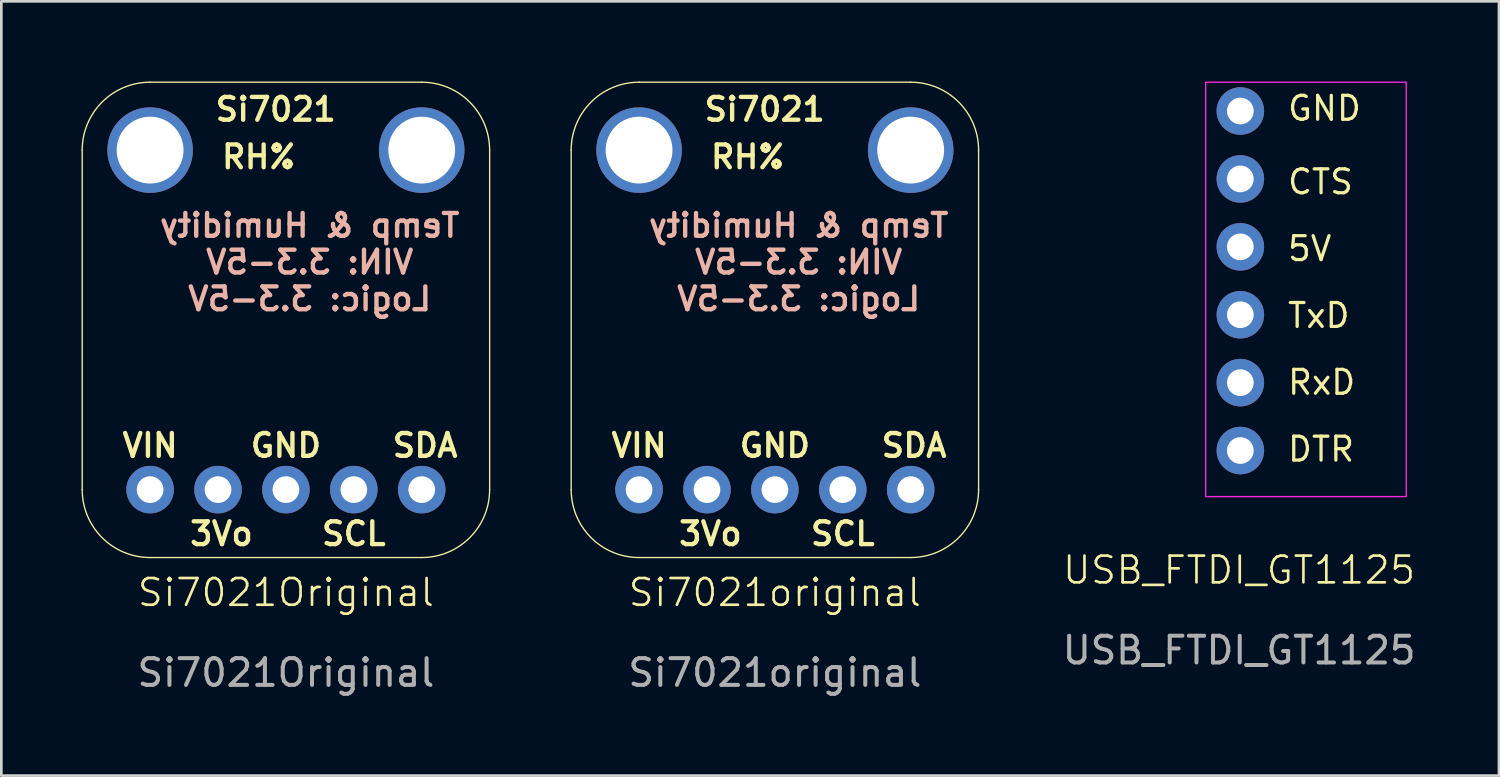
<source format=kicad_pcb>
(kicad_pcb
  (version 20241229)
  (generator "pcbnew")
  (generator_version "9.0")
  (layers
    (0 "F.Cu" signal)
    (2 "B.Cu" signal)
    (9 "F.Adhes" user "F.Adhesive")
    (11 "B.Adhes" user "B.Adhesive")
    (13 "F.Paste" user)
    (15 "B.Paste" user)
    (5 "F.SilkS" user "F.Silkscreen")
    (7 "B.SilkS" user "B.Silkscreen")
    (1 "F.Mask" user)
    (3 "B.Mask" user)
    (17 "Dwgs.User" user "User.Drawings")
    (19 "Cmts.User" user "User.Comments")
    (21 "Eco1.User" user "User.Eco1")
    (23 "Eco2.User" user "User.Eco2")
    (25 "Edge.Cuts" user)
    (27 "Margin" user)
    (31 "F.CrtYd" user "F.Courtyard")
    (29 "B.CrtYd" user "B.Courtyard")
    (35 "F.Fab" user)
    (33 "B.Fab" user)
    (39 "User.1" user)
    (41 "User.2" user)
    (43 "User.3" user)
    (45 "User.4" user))
  (footprint "Si7021original"
    (layer "F.Cu")
    (at 25.935 19.614)
    (property "Reference" "Si7021original" (at 0 -0.5 0) (unlocked yes) (layer "F.SilkS") (effects (font (size 1 1) (thickness 0.1))))
    (attr through_hole)
    (fp_line (start -7.62 -4.349) (end -7.62 -17.049) (stroke (width 0.05) (type solid)) (layer "F.SilkS"))
    (fp_line (start -5.08 -19.589) (end 5.08 -19.589) (stroke (width 0.05) (type solid)) (layer "F.SilkS"))
    (fp_line (start 5.08 -1.809) (end -5.08 -1.809) (stroke (width 0.05) (type solid)) (layer "F.SilkS"))
    (fp_line (start 7.62 -17.049) (end 7.62 -4.349) (stroke (width 0.05) (type solid)) (layer "F.SilkS"))
    (fp_arc (start -7.62 -17.049) (mid -6.876051 -18.845051) (end -5.08 -19.589) (stroke (width 0.05) (type solid)) (layer "F.SilkS"))
    (fp_arc (start -5.08 -1.809) (mid -6.87605 -2.552949) (end -7.62 -4.349) (stroke (width 0.05) (type solid)) (layer "F.SilkS"))
    (fp_arc (start 5.08 -19.589) (mid 6.876051 -18.845051) (end 7.62 -17.049) (stroke (width 0.05) (type solid)) (layer "F.SilkS"))
    (fp_arc (start 7.62 -4.349) (mid 6.876051 -2.552949) (end 5.08 -1.809) (stroke (width 0.05) (type solid)) (layer "F.SilkS"))
    (fp_text user "Si7021" (at -0.381 -18.573 0) (unlocked yes) (layer "F.SilkS") (effects (font (size 0.853 0.853) (thickness 0.163))))
    (fp_text user "GND" (at 0 -6 0) (unlocked yes) (layer "F.SilkS") (effects (font (size 0.853 0.853) (thickness 0.163))))
    (fp_text user "SDA" (at 5.207 -6 0) (unlocked yes) (layer "F.SilkS") (effects (font (size 0.853 0.853) (thickness 0.163))))
    (fp_text user "VIN" (at -5.08 -6 0) (unlocked yes) (layer "F.SilkS") (effects (font (size 0.853 0.853) (thickness 0.163))))
    (fp_text user "SCL" (at 2.54 -2.698 0) (unlocked yes) (layer "F.SilkS") (effects (font (size 0.853 0.853) (thickness 0.163))))
    (fp_text user "RH%" (at -1.016 -16.795 0) (unlocked yes) (layer "F.SilkS") (effects (font (size 0.853 0.853) (thickness 0.163))))
    (fp_text user "3Vo" (at -2.413 -2.698 0) (unlocked yes) (layer "F.SilkS") (effects (font (size 0.853 0.853) (thickness 0.163))))
    (fp_text user "Temp & Humidity\nVIN: 3.3-5V\nLogic: 3.3-5V" (at 0.889 -12.858 0) (unlocked yes) (layer "B.SilkS") (effects (font (size 0.853 0.853) (thickness 0.163)) (justify mirror)))
    (fp_text user "${REFERENCE}" (at 0 2.5 0) (unlocked yes) (layer "F.Fab") (effects (font (size 1 1) (thickness 0.15))))
    (pad "1" thru_hole circle (at 5.08 -4.349 270) (size 1.778 1.778) (drill 1) (layers "*.Cu" "*.Mask"))
    (pad "2" thru_hole circle (at 2.54 -4.349 270) (size 1.778 1.778) (drill 1) (layers "*.Cu" "*.Mask"))
    (pad "3" thru_hole circle (at 0 -4.349 270) (size 1.778 1.778) (drill 1) (layers "*.Cu" "*.Mask"))
    (pad "4" thru_hole circle (at -2.54 -4.349 270) (size 1.778 1.778) (drill 1) (layers "*.Cu" "*.Mask"))
    (pad "5" thru_hole circle (at -5.08 -4.349 270) (size 1.778 1.778) (drill 1) (layers "*.Cu" "*.Mask"))
    (pad "P$1" thru_hole circle (at -5.08 -17.049) (size 3.2 3.2) (drill 2.5) (layers "*.Cu" "*.Mask"))
    (pad "P$1" thru_hole circle (at 5.08 -17.049) (size 3.2 3.2) (drill 2.5) (layers "*.Cu" "*.Mask"))
    (zone (net_name "") (layer "F.Cu") (hatch edge 0.5) (connect_pads) (min_thickness 0.25) (filled_areas_thickness no) (keepout (tracks not_allowed) (vias not_allowed) (pads not_allowed) (copperpour not_allowed) (footprints allowed)) (placement (enabled no)) (fill) (polygon (pts (xy 22.871 2.565) (xy 22.851 2.284) (xy 22.793 2.009) (xy 22.697 1.745) (xy 22.565 1.497) (xy 22.399 1.269) (xy 22.204 1.067) (xy 21.982 0.894) (xy 21.739 0.753) (xy 21.478 0.648) (xy 21.205 0.58) (xy 20.925 0.55) (xy 20.644 0.56) (xy 20.367 0.609) (xy 20.1 0.696) (xy 19.847 0.819) (xy 19.614 0.976) (xy 19.405 1.165) (xy 19.224 1.38) (xy 19.075 1.619) (xy 18.961 1.875) (xy 18.883 2.146) (xy 18.844 2.424) (xy 18.844 2.706) (xy 18.883 2.984) (xy 18.961 3.255) (xy 19.075 3.511) (xy 19.224 3.75) (xy 19.405 3.965) (xy 19.614 4.154) (xy 19.847 4.311) (xy 20.1 4.434) (xy 20.367 4.521) (xy 20.644 4.57) (xy 20.925 4.58) (xy 21.205 4.55) (xy 21.478 4.482) (xy 21.739 4.377) (xy 21.982 4.236) (xy 22.204 4.063) (xy 22.399 3.861) (xy 22.565 3.633) (xy 22.697 3.385) (xy 22.793 3.121) (xy 22.851 2.846))) (polygon (pts (xy 20.839 2.565) (xy 20.844 2.576) (xy 20.855 2.581) (xy 20.866 2.576) (xy 20.871 2.565) (xy 20.866 2.554) (xy 20.855 2.549) (xy 20.844 2.554))))
    (zone (net_name "") (layer "F.Cu") (hatch edge 0.5) (connect_pads) (min_thickness 0.25) (filled_areas_thickness no) (keepout (tracks not_allowed) (vias not_allowed) (pads not_allowed) (copperpour not_allowed) (footprints allowed)) (placement (enabled no)) (fill) (polygon (pts (xy 33.031 2.565) (xy 33.011 2.284) (xy 32.953 2.009) (xy 32.857 1.745) (xy 32.725 1.497) (xy 32.559 1.269) (xy 32.364 1.067) (xy 32.142 0.894) (xy 31.899 0.753) (xy 31.638 0.648) (xy 31.365 0.58) (xy 31.085 0.55) (xy 30.804 0.56) (xy 30.527 0.609) (xy 30.26 0.696) (xy 30.007 0.819) (xy 29.774 0.976) (xy 29.565 1.165) (xy 29.384 1.38) (xy 29.235 1.619) (xy 29.121 1.875) (xy 29.043 2.146) (xy 29.004 2.424) (xy 29.004 2.706) (xy 29.043 2.984) (xy 29.121 3.255) (xy 29.235 3.511) (xy 29.384 3.75) (xy 29.565 3.965) (xy 29.774 4.154) (xy 30.007 4.311) (xy 30.26 4.434) (xy 30.527 4.521) (xy 30.804 4.57) (xy 31.085 4.58) (xy 31.365 4.55) (xy 31.638 4.482) (xy 31.899 4.377) (xy 32.142 4.236) (xy 32.364 4.063) (xy 32.559 3.861) (xy 32.725 3.633) (xy 32.857 3.385) (xy 32.953 3.121) (xy 33.011 2.846))) (polygon (pts (xy 30.999 2.565) (xy 31.004 2.576) (xy 31.015 2.581) (xy 31.026 2.576) (xy 31.031 2.565) (xy 31.026 2.554) (xy 31.015 2.549) (xy 31.004 2.554))))
    (zone (net_name "") (layer "B.Cu") (hatch edge 0.5) (connect_pads) (min_thickness 0.25) (filled_areas_thickness no) (keepout (tracks not_allowed) (vias not_allowed) (pads not_allowed) (copperpour not_allowed) (footprints allowed)) (placement (enabled no)) (fill) (polygon (pts (xy 22.871 2.565) (xy 22.851 2.284) (xy 22.793 2.009) (xy 22.697 1.745) (xy 22.565 1.497) (xy 22.399 1.269) (xy 22.204 1.067) (xy 21.982 0.894) (xy 21.739 0.753) (xy 21.478 0.648) (xy 21.205 0.58) (xy 20.925 0.55) (xy 20.644 0.56) (xy 20.367 0.609) (xy 20.1 0.696) (xy 19.847 0.819) (xy 19.614 0.976) (xy 19.405 1.165) (xy 19.224 1.38) (xy 19.075 1.619) (xy 18.961 1.875) (xy 18.883 2.146) (xy 18.844 2.424) (xy 18.844 2.706) (xy 18.883 2.984) (xy 18.961 3.255) (xy 19.075 3.511) (xy 19.224 3.75) (xy 19.405 3.965) (xy 19.614 4.154) (xy 19.847 4.311) (xy 20.1 4.434) (xy 20.367 4.521) (xy 20.644 4.57) (xy 20.925 4.58) (xy 21.205 4.55) (xy 21.478 4.482) (xy 21.739 4.377) (xy 21.982 4.236) (xy 22.204 4.063) (xy 22.399 3.861) (xy 22.565 3.633) (xy 22.697 3.385) (xy 22.793 3.121) (xy 22.851 2.846))) (polygon (pts (xy 20.839 2.565) (xy 20.844 2.576) (xy 20.855 2.581) (xy 20.866 2.576) (xy 20.871 2.565) (xy 20.866 2.554) (xy 20.855 2.549) (xy 20.844 2.554))))
    (zone (net_name "") (layer "B.Cu") (hatch edge 0.5) (connect_pads) (min_thickness 0.25) (filled_areas_thickness no) (keepout (tracks not_allowed) (vias not_allowed) (pads not_allowed) (copperpour not_allowed) (footprints allowed)) (placement (enabled no)) (fill) (polygon (pts (xy 33.031 2.565) (xy 33.011 2.284) (xy 32.953 2.009) (xy 32.857 1.745) (xy 32.725 1.497) (xy 32.559 1.269) (xy 32.364 1.067) (xy 32.142 0.894) (xy 31.899 0.753) (xy 31.638 0.648) (xy 31.365 0.58) (xy 31.085 0.55) (xy 30.804 0.56) (xy 30.527 0.609) (xy 30.26 0.696) (xy 30.007 0.819) (xy 29.774 0.976) (xy 29.565 1.165) (xy 29.384 1.38) (xy 29.235 1.619) (xy 29.121 1.875) (xy 29.043 2.146) (xy 29.004 2.424) (xy 29.004 2.706) (xy 29.043 2.984) (xy 29.121 3.255) (xy 29.235 3.511) (xy 29.384 3.75) (xy 29.565 3.965) (xy 29.774 4.154) (xy 30.007 4.311) (xy 30.26 4.434) (xy 30.527 4.521) (xy 30.804 4.57) (xy 31.085 4.58) (xy 31.365 4.55) (xy 31.638 4.482) (xy 31.899 4.377) (xy 32.142 4.236) (xy 32.364 4.063) (xy 32.559 3.861) (xy 32.725 3.633) (xy 32.857 3.385) (xy 32.953 3.121) (xy 33.011 2.846))) (polygon (pts (xy 30.999 2.565) (xy 31.004 2.576) (xy 31.015 2.581) (xy 31.026 2.576) (xy 31.031 2.565) (xy 31.026 2.554) (xy 31.015 2.549) (xy 31.004 2.554)))))
  (footprint "USB_FTDI_GT1125"
    (layer "F.Cu")
    (at 43.3 18.775)
    (property "Reference" "USB_FTDI_GT1125" (at 0 -0.5 0) (unlocked yes) (layer "F.SilkS") (effects (font (size 1 1) (thickness 0.1))))
    (attr through_hole)
    (fp_rect (start -1.25 -18.75) (end 6.25 -3.25) (stroke (width 0.05) (type default)) (fill no) (layer "F.CrtYd"))
    (fp_text user "CTS" (at 1.75 -14.5 0) (unlocked yes) (layer "F.SilkS") (effects (font (size 0.894 0.894) (thickness 0.122)) (justify left bottom)))
    (fp_text user "TxD" (at 1.75 -9.5 0) (unlocked yes) (layer "F.SilkS") (effects (font (size 0.894 0.894) (thickness 0.122)) (justify left bottom)))
    (fp_text user "GND" (at 1.75 -17.25 0) (unlocked yes) (layer "F.SilkS") (effects (font (size 0.894 0.894) (thickness 0.122)) (justify left bottom)))
    (fp_text user "5V" (at 1.75 -12 0) (unlocked yes) (layer "F.SilkS") (effects (font (size 0.894 0.894) (thickness 0.122)) (justify left bottom)))
    (fp_text user "DTR" (at 1.75 -4.5 0) (unlocked yes) (layer "F.SilkS") (effects (font (size 0.894 0.894) (thickness 0.122)) (justify left bottom)))
    (fp_text user "RxD" (at 1.75 -7 0) (unlocked yes) (layer "F.SilkS") (effects (font (size 0.894 0.894) (thickness 0.122)) (justify left bottom)))
    (fp_text user "${REFERENCE}" (at 0 2.5 0) (unlocked yes) (layer "F.Fab") (effects (font (size 1 1) (thickness 0.15))))
    (pad "1" thru_hole circle (at 0.046 -17.672) (size 1.778 1.778) (drill 1) (layers "*.Cu" "*.Mask"))
    (pad "2" thru_hole circle (at 0.046 -15.132) (size 1.778 1.778) (drill 1) (layers "*.Cu" "*.Mask"))
    (pad "3" thru_hole circle (at 0.046 -12.592) (size 1.778 1.778) (drill 1) (layers "*.Cu" "*.Mask"))
    (pad "4" thru_hole circle (at 0.046 -10.052) (size 1.778 1.778) (drill 1) (layers "*.Cu" "*.Mask"))
    (pad "5" thru_hole circle (at 0.046 -7.512) (size 1.778 1.778) (drill 1) (layers "*.Cu" "*.Mask"))
    (pad "6" thru_hole circle (at 0.046 -4.972) (size 1.778 1.778) (drill 1) (layers "*.Cu" "*.Mask")))
  (footprint "Si7021Original"
    (layer "F.Cu")
    (at 7.645 19.614)
    (property "Reference" "Si7021Original" (at 0 -0.5 0) (unlocked yes) (layer "F.SilkS") (effects (font (size 1 1) (thickness 0.1))))
    (attr through_hole)
    (fp_line (start -7.62 -4.349) (end -7.62 -17.049) (stroke (width 0.05) (type solid)) (layer "F.SilkS"))
    (fp_line (start -5.08 -19.589) (end 5.08 -19.589) (stroke (width 0.05) (type solid)) (layer "F.SilkS"))
    (fp_line (start 5.08 -1.809) (end -5.08 -1.809) (stroke (width 0.05) (type solid)) (layer "F.SilkS"))
    (fp_line (start 7.62 -17.049) (end 7.62 -4.349) (stroke (width 0.05) (type solid)) (layer "F.SilkS"))
    (fp_arc (start -7.62 -17.049) (mid -6.876051 -18.845051) (end -5.08 -19.589) (stroke (width 0.05) (type solid)) (layer "F.SilkS"))
    (fp_arc (start -5.08 -1.809) (mid -6.87605 -2.552949) (end -7.62 -4.349) (stroke (width 0.05) (type solid)) (layer "F.SilkS"))
    (fp_arc (start 5.08 -19.589) (mid 6.876051 -18.845051) (end 7.62 -17.049) (stroke (width 0.05) (type solid)) (layer "F.SilkS"))
    (fp_arc (start 7.62 -4.349) (mid 6.876051 -2.552949) (end 5.08 -1.809) (stroke (width 0.05) (type solid)) (layer "F.SilkS"))
    (fp_text user "SDA" (at 5.207 -6 0) (unlocked yes) (layer "F.SilkS") (effects (font (size 0.853 0.853) (thickness 0.163))))
    (fp_text user "SCL" (at 2.54 -2.698 0) (unlocked yes) (layer "F.SilkS") (effects (font (size 0.853 0.853) (thickness 0.163))))
    (fp_text user "RH%" (at -1.016 -16.795 0) (unlocked yes) (layer "F.SilkS") (effects (font (size 0.853 0.853) (thickness 0.163))))
    (fp_text user "Si7021" (at -0.381 -18.573 0) (unlocked yes) (layer "F.SilkS") (effects (font (size 0.853 0.853) (thickness 0.163))))
    (fp_text user "3Vo" (at -2.413 -2.698 0) (unlocked yes) (layer "F.SilkS") (effects (font (size 0.853 0.853) (thickness 0.163))))
    (fp_text user "VIN" (at -5.08 -6 0) (unlocked yes) (layer "F.SilkS") (effects (font (size 0.853 0.853) (thickness 0.163))))
    (fp_text user "GND" (at 0 -6 0) (unlocked yes) (layer "F.SilkS") (effects (font (size 0.853 0.853) (thickness 0.163))))
    (fp_text user "Temp & Humidity\nVIN: 3.3-5V\nLogic: 3.3-5V" (at 0.889 -12.858 0) (unlocked yes) (layer "B.SilkS") (effects (font (size 0.853 0.853) (thickness 0.163)) (justify mirror)))
    (fp_text user "${REFERENCE}" (at 0 2.5 0) (unlocked yes) (layer "F.Fab") (effects (font (size 1 1) (thickness 0.15))))
    (pad "1" thru_hole circle (at 5.08 -4.349 270) (size 1.778 1.778) (drill 1) (layers "*.Cu" "*.Mask"))
    (pad "2" thru_hole circle (at 2.54 -4.349 270) (size 1.778 1.778) (drill 1) (layers "*.Cu" "*.Mask"))
    (pad "3" thru_hole circle (at 0 -4.349 270) (size 1.778 1.778) (drill 1) (layers "*.Cu" "*.Mask"))
    (pad "4" thru_hole circle (at -2.54 -4.349 270) (size 1.778 1.778) (drill 1) (layers "*.Cu" "*.Mask"))
    (pad "5" thru_hole circle (at -5.08 -4.349 270) (size 1.778 1.778) (drill 1) (layers "*.Cu" "*.Mask"))
    (pad "P$1" thru_hole circle (at -5.08 -17.049) (size 3.2 3.2) (drill 2.5) (layers "*.Cu" "*.Mask"))
    (pad "P$1" thru_hole circle (at 5.08 -17.049) (size 3.2 3.2) (drill 2.5) (layers "*.Cu" "*.Mask"))
    (zone (net_name "") (layer "F.Cu") (hatch edge 0.5) (connect_pads) (min_thickness 0.25) (filled_areas_thickness no) (keepout (tracks not_allowed) (vias not_allowed) (pads not_allowed) (copperpour not_allowed) (footprints allowed)) (placement (enabled no)) (fill) (polygon (pts (xy 4.581 2.565) (xy 4.561 2.284) (xy 4.503 2.009) (xy 4.407 1.745) (xy 4.275 1.497) (xy 4.109 1.269) (xy 3.914 1.067) (xy 3.692 0.894) (xy 3.449 0.753) (xy 3.188 0.648) (xy 2.915 0.58) (xy 2.635 0.55) (xy 2.354 0.56) (xy 2.077 0.609) (xy 1.81 0.696) (xy 1.557 0.819) (xy 1.324 0.976) (xy 1.115 1.165) (xy 0.934 1.38) (xy 0.785 1.619) (xy 0.671 1.875) (xy 0.593 2.146) (xy 0.554 2.424) (xy 0.554 2.706) (xy 0.593 2.984) (xy 0.671 3.255) (xy 0.785 3.511) (xy 0.934 3.75) (xy 1.115 3.965) (xy 1.324 4.154) (xy 1.557 4.311) (xy 1.81 4.434) (xy 2.077 4.521) (xy 2.354 4.57) (xy 2.635 4.58) (xy 2.915 4.55) (xy 3.188 4.482) (xy 3.449 4.377) (xy 3.692 4.236) (xy 3.914 4.063) (xy 4.109 3.861) (xy 4.275 3.633) (xy 4.407 3.385) (xy 4.503 3.121) (xy 4.561 2.846))) (polygon (pts (xy 2.549 2.565) (xy 2.554 2.576) (xy 2.565 2.581) (xy 2.576 2.576) (xy 2.581 2.565) (xy 2.576 2.554) (xy 2.565 2.549) (xy 2.554 2.554))))
    (zone (net_name "") (layer "F.Cu") (hatch edge 0.5) (connect_pads) (min_thickness 0.25) (filled_areas_thickness no) (keepout (tracks not_allowed) (vias not_allowed) (pads not_allowed) (copperpour not_allowed) (footprints allowed)) (placement (enabled no)) (fill) (polygon (pts (xy 14.741 2.565) (xy 14.721 2.284) (xy 14.663 2.009) (xy 14.567 1.745) (xy 14.435 1.497) (xy 14.269 1.269) (xy 14.074 1.067) (xy 13.852 0.894) (xy 13.609 0.753) (xy 13.348 0.648) (xy 13.075 0.58) (xy 12.795 0.55) (xy 12.514 0.56) (xy 12.237 0.609) (xy 11.97 0.696) (xy 11.717 0.819) (xy 11.484 0.976) (xy 11.275 1.165) (xy 11.094 1.38) (xy 10.945 1.619) (xy 10.831 1.875) (xy 10.753 2.146) (xy 10.714 2.424) (xy 10.714 2.706) (xy 10.753 2.984) (xy 10.831 3.255) (xy 10.945 3.511) (xy 11.094 3.75) (xy 11.275 3.965) (xy 11.484 4.154) (xy 11.717 4.311) (xy 11.97 4.434) (xy 12.237 4.521) (xy 12.514 4.57) (xy 12.795 4.58) (xy 13.075 4.55) (xy 13.348 4.482) (xy 13.609 4.377) (xy 13.852 4.236) (xy 14.074 4.063) (xy 14.269 3.861) (xy 14.435 3.633) (xy 14.567 3.385) (xy 14.663 3.121) (xy 14.721 2.846))) (polygon (pts (xy 12.709 2.565) (xy 12.714 2.576) (xy 12.725 2.581) (xy 12.736 2.576) (xy 12.741 2.565) (xy 12.736 2.554) (xy 12.725 2.549) (xy 12.714 2.554))))
    (zone (net_name "") (layer "B.Cu") (hatch edge 0.5) (connect_pads) (min_thickness 0.25) (filled_areas_thickness no) (keepout (tracks not_allowed) (vias not_allowed) (pads not_allowed) (copperpour not_allowed) (footprints allowed)) (placement (enabled no)) (fill) (polygon (pts (xy 4.581 2.565) (xy 4.561 2.284) (xy 4.503 2.009) (xy 4.407 1.745) (xy 4.275 1.497) (xy 4.109 1.269) (xy 3.914 1.067) (xy 3.692 0.894) (xy 3.449 0.753) (xy 3.188 0.648) (xy 2.915 0.58) (xy 2.635 0.55) (xy 2.354 0.56) (xy 2.077 0.609) (xy 1.81 0.696) (xy 1.557 0.819) (xy 1.324 0.976) (xy 1.115 1.165) (xy 0.934 1.38) (xy 0.785 1.619) (xy 0.671 1.875) (xy 0.593 2.146) (xy 0.554 2.424) (xy 0.554 2.706) (xy 0.593 2.984) (xy 0.671 3.255) (xy 0.785 3.511) (xy 0.934 3.75) (xy 1.115 3.965) (xy 1.324 4.154) (xy 1.557 4.311) (xy 1.81 4.434) (xy 2.077 4.521) (xy 2.354 4.57) (xy 2.635 4.58) (xy 2.915 4.55) (xy 3.188 4.482) (xy 3.449 4.377) (xy 3.692 4.236) (xy 3.914 4.063) (xy 4.109 3.861) (xy 4.275 3.633) (xy 4.407 3.385) (xy 4.503 3.121) (xy 4.561 2.846))) (polygon (pts (xy 2.549 2.565) (xy 2.554 2.576) (xy 2.565 2.581) (xy 2.576 2.576) (xy 2.581 2.565) (xy 2.576 2.554) (xy 2.565 2.549) (xy 2.554 2.554))))
    (zone (net_name "") (layer "B.Cu") (hatch edge 0.5) (connect_pads) (min_thickness 0.25) (filled_areas_thickness no) (keepout (tracks not_allowed) (vias not_allowed) (pads not_allowed) (copperpour not_allowed) (footprints allowed)) (placement (enabled no)) (fill) (polygon (pts (xy 14.741 2.565) (xy 14.721 2.284) (xy 14.663 2.009) (xy 14.567 1.745) (xy 14.435 1.497) (xy 14.269 1.269) (xy 14.074 1.067) (xy 13.852 0.894) (xy 13.609 0.753) (xy 13.348 0.648) (xy 13.075 0.58) (xy 12.795 0.55) (xy 12.514 0.56) (xy 12.237 0.609) (xy 11.97 0.696) (xy 11.717 0.819) (xy 11.484 0.976) (xy 11.275 1.165) (xy 11.094 1.38) (xy 10.945 1.619) (xy 10.831 1.875) (xy 10.753 2.146) (xy 10.714 2.424) (xy 10.714 2.706) (xy 10.753 2.984) (xy 10.831 3.255) (xy 10.945 3.511) (xy 11.094 3.75) (xy 11.275 3.965) (xy 11.484 4.154) (xy 11.717 4.311) (xy 11.97 4.434) (xy 12.237 4.521) (xy 12.514 4.57) (xy 12.795 4.58) (xy 13.075 4.55) (xy 13.348 4.482) (xy 13.609 4.377) (xy 13.852 4.236) (xy 14.074 4.063) (xy 14.269 3.861) (xy 14.435 3.633) (xy 14.567 3.385) (xy 14.663 3.121) (xy 14.721 2.846))) (polygon (pts (xy 12.709 2.565) (xy 12.714 2.576) (xy 12.725 2.581) (xy 12.736 2.576) (xy 12.741 2.565) (xy 12.736 2.554) (xy 12.725 2.549) (xy 12.714 2.554)))))
  (gr_rect
    (start -3 -3)
    (end 53.02 25.962)
    (stroke (width 0.1) (type default))
    (fill no)
    (layer "Edge.Cuts")))
</source>
